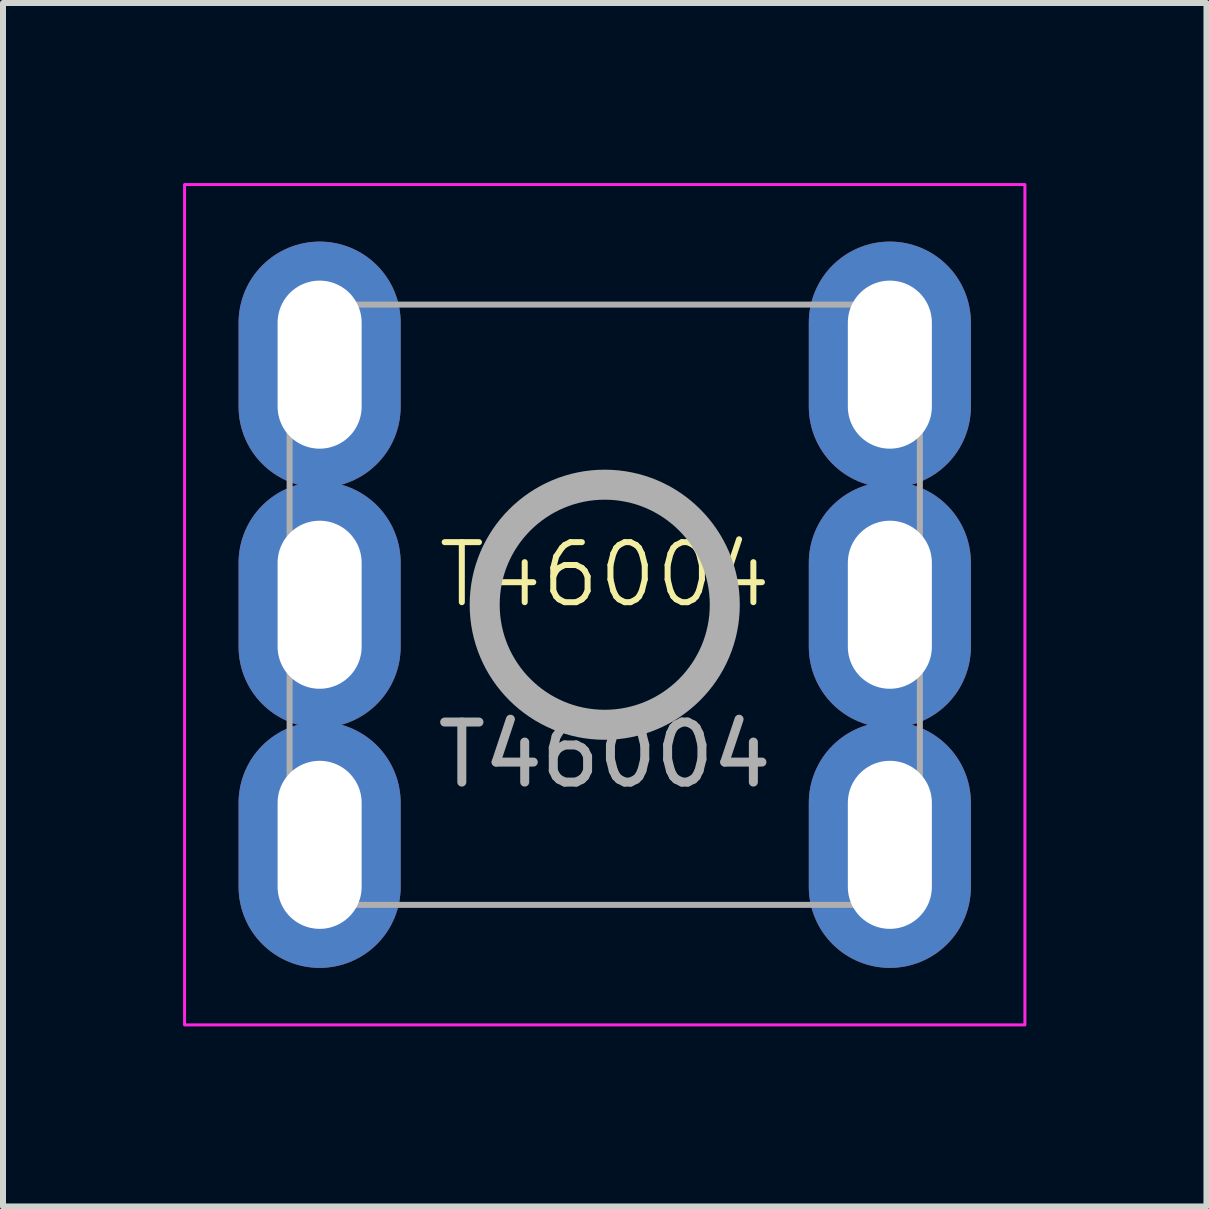
<source format=kicad_pcb>
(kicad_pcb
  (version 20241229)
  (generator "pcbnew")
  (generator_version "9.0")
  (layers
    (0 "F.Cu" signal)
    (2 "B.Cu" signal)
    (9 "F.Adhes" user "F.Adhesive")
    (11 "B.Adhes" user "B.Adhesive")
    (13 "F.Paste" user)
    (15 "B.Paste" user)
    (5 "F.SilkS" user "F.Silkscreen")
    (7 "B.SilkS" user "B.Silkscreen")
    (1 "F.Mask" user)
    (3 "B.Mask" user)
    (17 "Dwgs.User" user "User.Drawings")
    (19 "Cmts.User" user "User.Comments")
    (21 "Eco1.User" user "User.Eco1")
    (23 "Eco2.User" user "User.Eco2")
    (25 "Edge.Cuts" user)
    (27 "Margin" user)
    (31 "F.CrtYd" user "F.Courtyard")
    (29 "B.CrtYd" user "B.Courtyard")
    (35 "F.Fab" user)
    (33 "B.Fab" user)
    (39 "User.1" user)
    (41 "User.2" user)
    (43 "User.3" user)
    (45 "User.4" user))
  (footprint "T46004"
    (layer "F.Cu")
    (at 7.025 7.025)
    (property "Reference" "T46004" (at 0 -0.5 0) (unlocked yes) (layer "F.SilkS") (effects (font (size 1 1) (thickness 0.1))))
    (attr through_hole)
    (fp_rect (start -7 -7) (end 7 7) (stroke (width 0.05) (type default)) (fill no) (layer "F.CrtYd"))
    (fp_rect (start -5.25 -5) (end 5.25 5) (stroke (width 0.1) (type default)) (fill no) (layer "F.Fab"))
    (fp_circle (center 0 0) (end 2 0) (stroke (width 0.5) (type default)) (fill no) (layer "F.Fab"))
    (fp_text user "${REFERENCE}" (at 0 2.5 0) (unlocked yes) (layer "F.Fab") (effects (font (size 1 1) (thickness 0.15))))
    (pad "1" thru_hole oval (at -4.75 -4) (size 2.7 4.1) (drill oval 1.4 2.8) (layers "*.Cu" "*.Mask"))
    (pad "1" thru_hole oval (at -4.75 0) (size 2.7 4.1) (drill oval 1.4 2.8) (layers "*.Cu" "*.Mask"))
    (pad "1" thru_hole oval (at -4.75 4) (size 2.7 4.1) (drill oval 1.4 2.8) (layers "*.Cu" "*.Mask"))
    (pad "1" thru_hole oval (at 4.75 -4) (size 2.7 4.1) (drill oval 1.4 2.8) (layers "*.Cu" "*.Mask"))
    (pad "1" thru_hole oval (at 4.75 0) (size 2.7 4.1) (drill oval 1.4 2.8) (layers "*.Cu" "*.Mask"))
    (pad "1" thru_hole oval (at 4.75 4) (size 2.7 4.1) (drill oval 1.4 2.8) (layers "*.Cu" "*.Mask")))
  (gr_rect
    (start -3 -3)
    (end 17.05 17.05)
    (stroke (width 0.1) (type default))
    (fill no)
    (layer "Edge.Cuts")))
</source>
